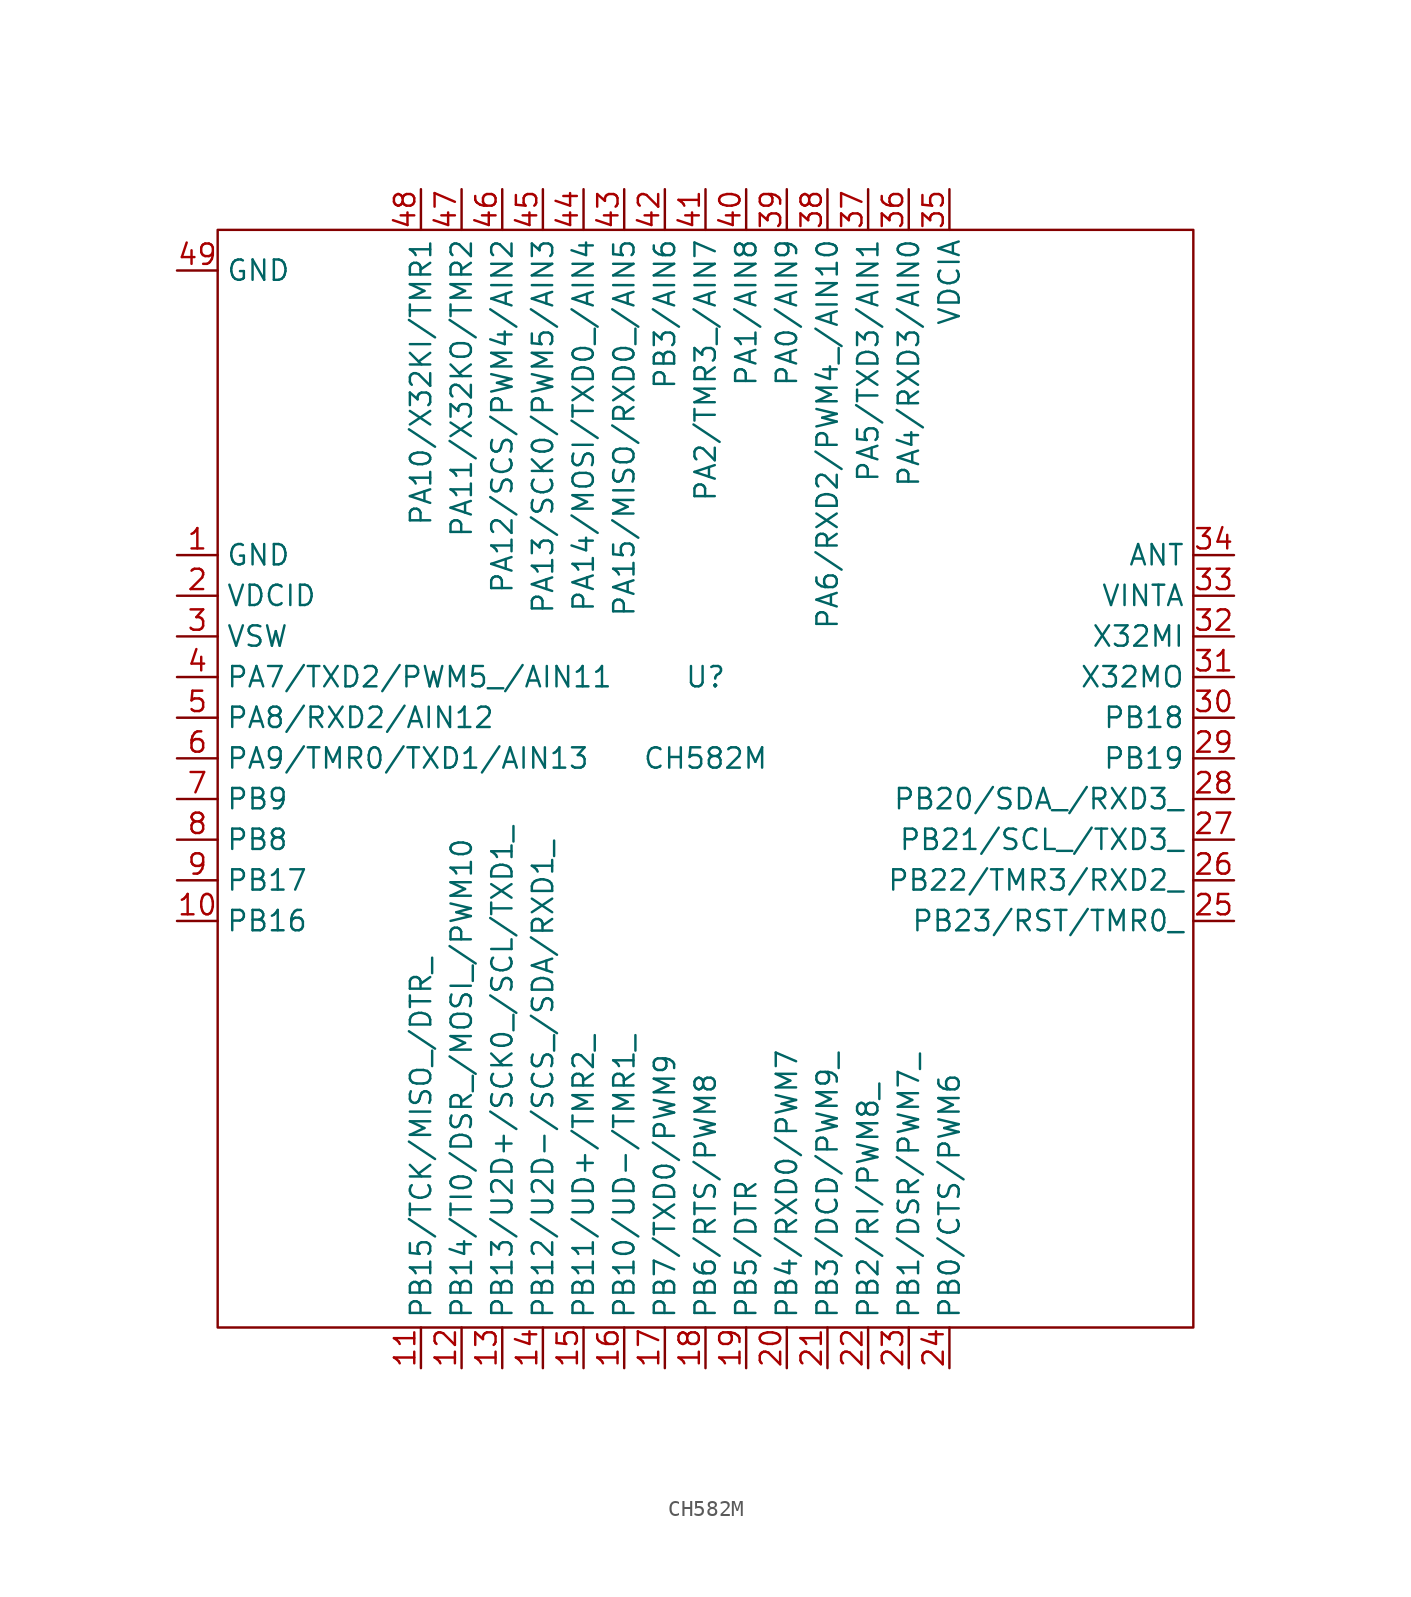
<source format=kicad_sym>
(kicad_symbol_lib
  (version 20211014)
  (generator kicad_symbol_editor)
  (symbol "CH582M"
    (property "Reference" "U"
      (at 0 5.08 0)
      (effects (font (size 1.27 1.27))))
    (property "Value" "CH582M"
      (at 0 0 0)
      (effects (font (size 1.27 1.27))))
    (symbol "CH582M_0_0"
      (pin bidirectional line (at -33.02 -10.16 0) (length 2.54) (name "PB16" (effects (font (size 1.27 1.27)))) (number "10" (effects (font (size 1.27 1.27)))))
      (pin bidirectional line (at -15.24 -38.1 90) (length 2.54) (name "PB14/TI0/DSR_/MOSI_/PWM10" (effects (font (size 1.27 1.27)))) (number "12" (effects (font (size 1.27 1.27)))))
      (pin bidirectional line (at -12.7 -38.1 90) (length 2.54) (name "PB13/U2D+/SCK0_/SCL/TXD1_" (effects (font (size 1.27 1.27)))) (number "13" (effects (font (size 1.27 1.27)))))
      (pin bidirectional line (at -10.16 -38.1 90) (length 2.54) (name "PB12/U2D-/SCS_/SDA/RXD1_" (effects (font (size 1.27 1.27)))) (number "14" (effects (font (size 1.27 1.27)))))
      (pin bidirectional line (at -7.62 -38.1 90) (length 2.54) (name "PB11/UD+/TMR2_" (effects (font (size 1.27 1.27)))) (number "15" (effects (font (size 1.27 1.27)))))
      (pin bidirectional line (at -5.08 -38.1 90) (length 2.54) (name "PB10/UD-/TMR1_" (effects (font (size 1.27 1.27)))) (number "16" (effects (font (size 1.27 1.27)))))
      (pin bidirectional line (at -2.54 -38.1 90) (length 2.54) (name "PB7/TXD0/PWM9" (effects (font (size 1.27 1.27)))) (number "17" (effects (font (size 1.27 1.27)))))
      (pin bidirectional line (at 0 -38.1 90) (length 2.54) (name "PB6/RTS/PWM8" (effects (font (size 1.27 1.27)))) (number "18" (effects (font (size 1.27 1.27)))))
      (pin bidirectional line (at 2.54 -38.1 90) (length 2.54) (name "PB5/DTR" (effects (font (size 1.27 1.27)))) (number "19" (effects (font (size 1.27 1.27)))))
      (pin power_in line (at -33.02 10.16 0) (length 2.54) (name "VDCID" (effects (font (size 1.27 1.27)))) (number "2" (effects (font (size 1.27 1.27)))))
      (pin bidirectional line (at 5.08 -38.1 90) (length 2.54) (name "PB4/RXD0/PWM7" (effects (font (size 1.27 1.27)))) (number "20" (effects (font (size 1.27 1.27)))))
      (pin bidirectional line (at 7.62 -38.1 90) (length 2.54) (name "PB3/DCD/PWM9_" (effects (font (size 1.27 1.27)))) (number "21" (effects (font (size 1.27 1.27)))))
      (pin bidirectional line (at 10.16 -38.1 90) (length 2.54) (name "PB2/RI/PWM8_" (effects (font (size 1.27 1.27)))) (number "22" (effects (font (size 1.27 1.27)))))
      (pin bidirectional line (at 12.7 -38.1 90) (length 2.54) (name "PB1/DSR/PWM7_" (effects (font (size 1.27 1.27)))) (number "23" (effects (font (size 1.27 1.27)))))
      (pin tri_state line (at 15.24 -38.1 90) (length 2.54) (name "PB0/CTS/PWM6" (effects (font (size 1.27 1.27)))) (number "24" (effects (font (size 1.27 1.27)))))
      (pin bidirectional line (at 33.02 -7.62 180) (length 2.54) (name "PB22/TMR3/RXD2_" (effects (font (size 1.27 1.27)))) (number "26" (effects (font (size 1.27 1.27)))))
      (pin bidirectional line (at 33.02 -5.08 180) (length 2.54) (name "PB21/SCL_/TXD3_" (effects (font (size 1.27 1.27)))) (number "27" (effects (font (size 1.27 1.27)))))
      (pin bidirectional line (at 33.02 -2.54 180) (length 2.54) (name "PB20/SDA_/RXD3_" (effects (font (size 1.27 1.27)))) (number "28" (effects (font (size 1.27 1.27)))))
      (pin bidirectional line (at 33.02 0 180) (length 2.54) (name "PB19" (effects (font (size 1.27 1.27)))) (number "29" (effects (font (size 1.27 1.27)))))
      (pin power_in line (at -33.02 7.62 0) (length 2.54) (name "VSW" (effects (font (size 1.27 1.27)))) (number "3" (effects (font (size 1.27 1.27)))))
      (pin bidirectional line (at 33.02 2.54 180) (length 2.54) (name "PB18" (effects (font (size 1.27 1.27)))) (number "30" (effects (font (size 1.27 1.27)))))
      (pin bidirectional line (at 33.02 5.08 180) (length 2.54) (name "X32MO" (effects (font (size 1.27 1.27)))) (number "31" (effects (font (size 1.27 1.27)))))
      (pin bidirectional line (at 33.02 7.62 180) (length 2.54) (name "X32MI" (effects (font (size 1.27 1.27)))) (number "32" (effects (font (size 1.27 1.27)))))
      (pin power_in line (at 33.02 10.16 180) (length 2.54) (name "VINTA" (effects (font (size 1.27 1.27)))) (number "33" (effects (font (size 1.27 1.27)))))
      (pin unspecified line (at 33.02 12.7 180) (length 2.54) (name "ANT" (effects (font (size 1.27 1.27)))) (number "34" (effects (font (size 1.27 1.27)))))
      (pin power_in line (at 15.24 35.56 270) (length 2.54) (name "VDCIA" (effects (font (size 1.27 1.27)))) (number "35" (effects (font (size 1.27 1.27)))))
      (pin bidirectional line (at 12.7 35.56 270) (length 2.54) (name "PA4/RXD3/AIN0" (effects (font (size 1.27 1.27)))) (number "36" (effects (font (size 1.27 1.27)))))
      (pin bidirectional line (at 10.16 35.56 270) (length 2.54) (name "PA5/TXD3/AIN1" (effects (font (size 1.27 1.27)))) (number "37" (effects (font (size 1.27 1.27)))))
      (pin bidirectional line (at 7.62 35.56 270) (length 2.54) (name "PA6/RXD2/PWM4_/AIN10" (effects (font (size 1.27 1.27)))) (number "38" (effects (font (size 1.27 1.27)))))
      (pin bidirectional line (at 5.08 35.56 270) (length 2.54) (name "PA0/AIN9" (effects (font (size 1.27 1.27)))) (number "39" (effects (font (size 1.27 1.27)))))
      (pin bidirectional line (at -33.02 5.08 0) (length 2.54) (name "PA7/TXD2/PWM5_/AIN11" (effects (font (size 1.27 1.27)))) (number "4" (effects (font (size 1.27 1.27)))))
      (pin bidirectional line (at 2.54 35.56 270) (length 2.54) (name "PA1/AIN8" (effects (font (size 1.27 1.27)))) (number "40" (effects (font (size 1.27 1.27)))))
      (pin bidirectional line (at 0 35.56 270) (length 2.54) (name "PA2/TMR3_/AIN7" (effects (font (size 1.27 1.27)))) (number "41" (effects (font (size 1.27 1.27)))))
      (pin bidirectional line (at -2.54 35.56 270) (length 2.54) (name "PB3/AIN6" (effects (font (size 1.27 1.27)))) (number "42" (effects (font (size 1.27 1.27)))))
      (pin bidirectional line (at -5.08 35.56 270) (length 2.54) (name "PA15/MISO/RXD0_/AIN5" (effects (font (size 1.27 1.27)))) (number "43" (effects (font (size 1.27 1.27)))))
      (pin bidirectional line (at -7.62 35.56 270) (length 2.54) (name "PA14/MOSI/TXD0_/AIN4" (effects (font (size 1.27 1.27)))) (number "44" (effects (font (size 1.27 1.27)))))
      (pin bidirectional line (at -10.16 35.56 270) (length 2.54) (name "PA13/SCK0/PWM5/AIN3" (effects (font (size 1.27 1.27)))) (number "45" (effects (font (size 1.27 1.27)))))
      (pin bidirectional line (at -12.7 35.56 270) (length 2.54) (name "PA12/SCS/PWM4/AIN2" (effects (font (size 1.27 1.27)))) (number "46" (effects (font (size 1.27 1.27)))))
      (pin bidirectional line (at -15.24 35.56 270) (length 2.54) (name "PA11/X32KO/TMR2" (effects (font (size 1.27 1.27)))) (number "47" (effects (font (size 1.27 1.27)))))
      (pin bidirectional line (at -17.78 35.56 270) (length 2.54) (name "PA10/X32KI/TMR1" (effects (font (size 1.27 1.27)))) (number "48" (effects (font (size 1.27 1.27)))))
      (pin bidirectional line (at -33.02 2.54 0) (length 2.54) (name "PA8/RXD2/AIN12" (effects (font (size 1.27 1.27)))) (number "5" (effects (font (size 1.27 1.27)))))
      (pin bidirectional line (at -33.02 0 0) (length 2.54) (name "PA9/TMR0/TXD1/AIN13" (effects (font (size 1.27 1.27)))) (number "6" (effects (font (size 1.27 1.27)))))
      (pin bidirectional line (at -33.02 -2.54 0) (length 2.54) (name "PB9" (effects (font (size 1.27 1.27)))) (number "7" (effects (font (size 1.27 1.27)))))
      (pin bidirectional line (at -33.02 -5.08 0) (length 2.54) (name "PB8" (effects (font (size 1.27 1.27)))) (number "8" (effects (font (size 1.27 1.27)))))
      (pin bidirectional line (at -33.02 -7.62 0) (length 2.54) (name "PB17" (effects (font (size 1.27 1.27)))) (number "9" (effects (font (size 1.27 1.27))))))
    (symbol "CH582M_0_1"
      (rectangle (start -30.48 33.02) (end 30.48 -35.56) (stroke (width 0.152) (type default) (color 0 0 0 0)) (fill (type none))))
    (symbol "CH582M_1_1"
      (pin power_in line (at -33.02 12.7 0) (length 2.54) (name "GND" (effects (font (size 1.27 1.27)))) (number "1" (effects (font (size 1.27 1.27)))))
      (pin bidirectional line (at -17.78 -38.1 90) (length 2.54) (name "PB15/TCK/MISO_/DTR_" (effects (font (size 1.27 1.27)))) (number "11" (effects (font (size 1.27 1.27)))))
      (pin bidirectional line (at 33.02 -10.16 180) (length 2.54) (name "PB23/RST/TMR0_" (effects (font (size 1.27 1.27)))) (number "25" (effects (font (size 1.27 1.27)))))
      (pin input line (at -33.02 30.48 0) (length 2.54) (name "GND" (effects (font (size 1.27 1.27)))) (number "49" (effects (font (size 1.27 1.27))))))))
</source>
